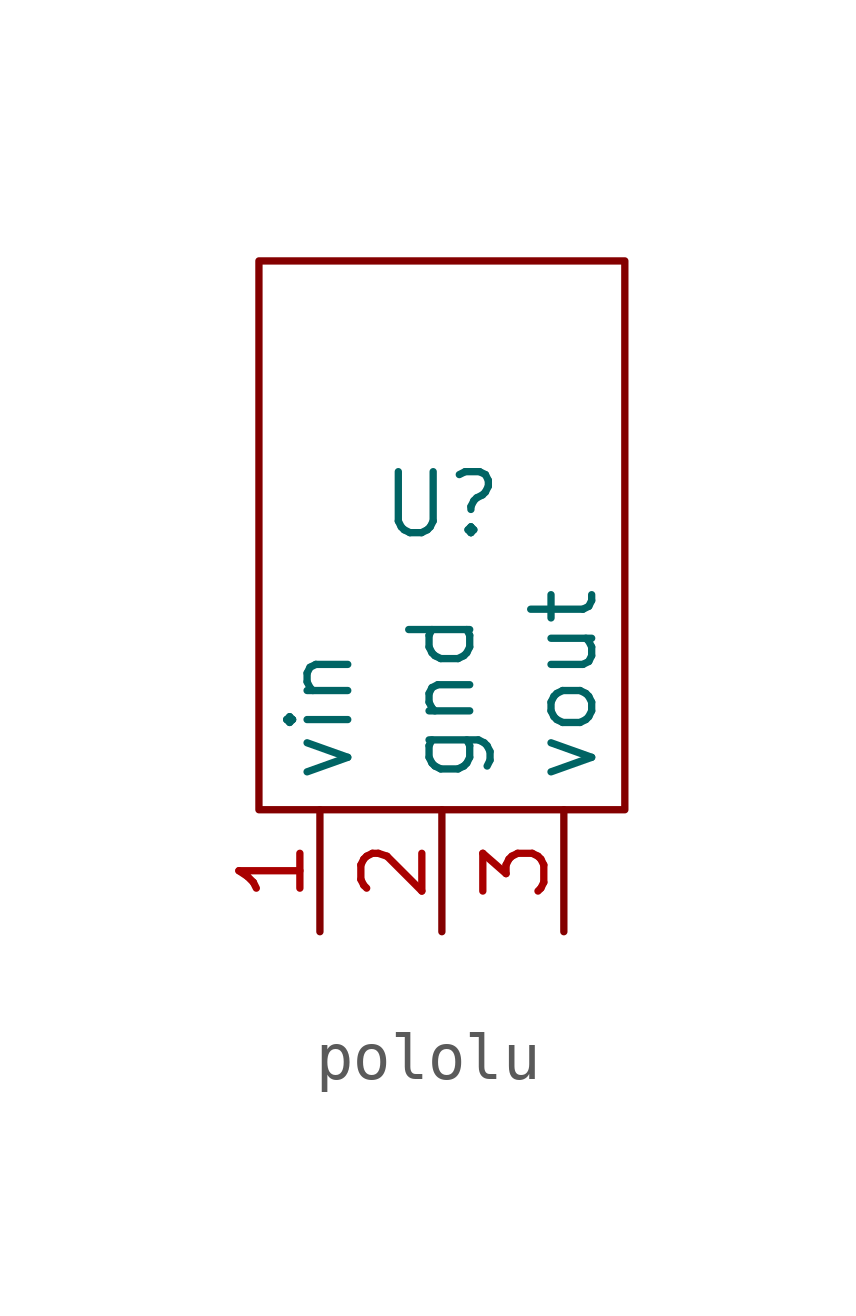
<source format=kicad_sym>
(kicad_symbol_lib
  (version 20220914)
  (generator kicad_symbol_editor)
  (symbol "pololu"
    (property "Reference" "U"
      (at 0 0 0)
      (effects (font (size 1.27 1.27))))
    (property "Value" ""
      (at 0 0 0)
      (effects (font (size 1.27 1.27))))
    (symbol "pololu_0_1"
      (rectangle (start -3.81 5.08) (end 3.81 -6.35) (stroke (width 0) (type default)) (fill (type none))))
    (symbol "pololu_1_1"
      (pin input line (at -2.54 -8.89 90) (length 2.54) (name "vin" (effects (font (size 1.27 1.27)))) (number "1" (effects (font (size 1.27 1.27)))))
      (pin input line (at 0 -8.89 90) (length 2.54) (name "gnd" (effects (font (size 1.27 1.27)))) (number "2" (effects (font (size 1.27 1.27)))))
      (pin input line (at 2.54 -8.89 90) (length 2.54) (name "vout" (effects (font (size 1.27 1.27)))) (number "3" (effects (font (size 1.27 1.27))))))))
</source>
